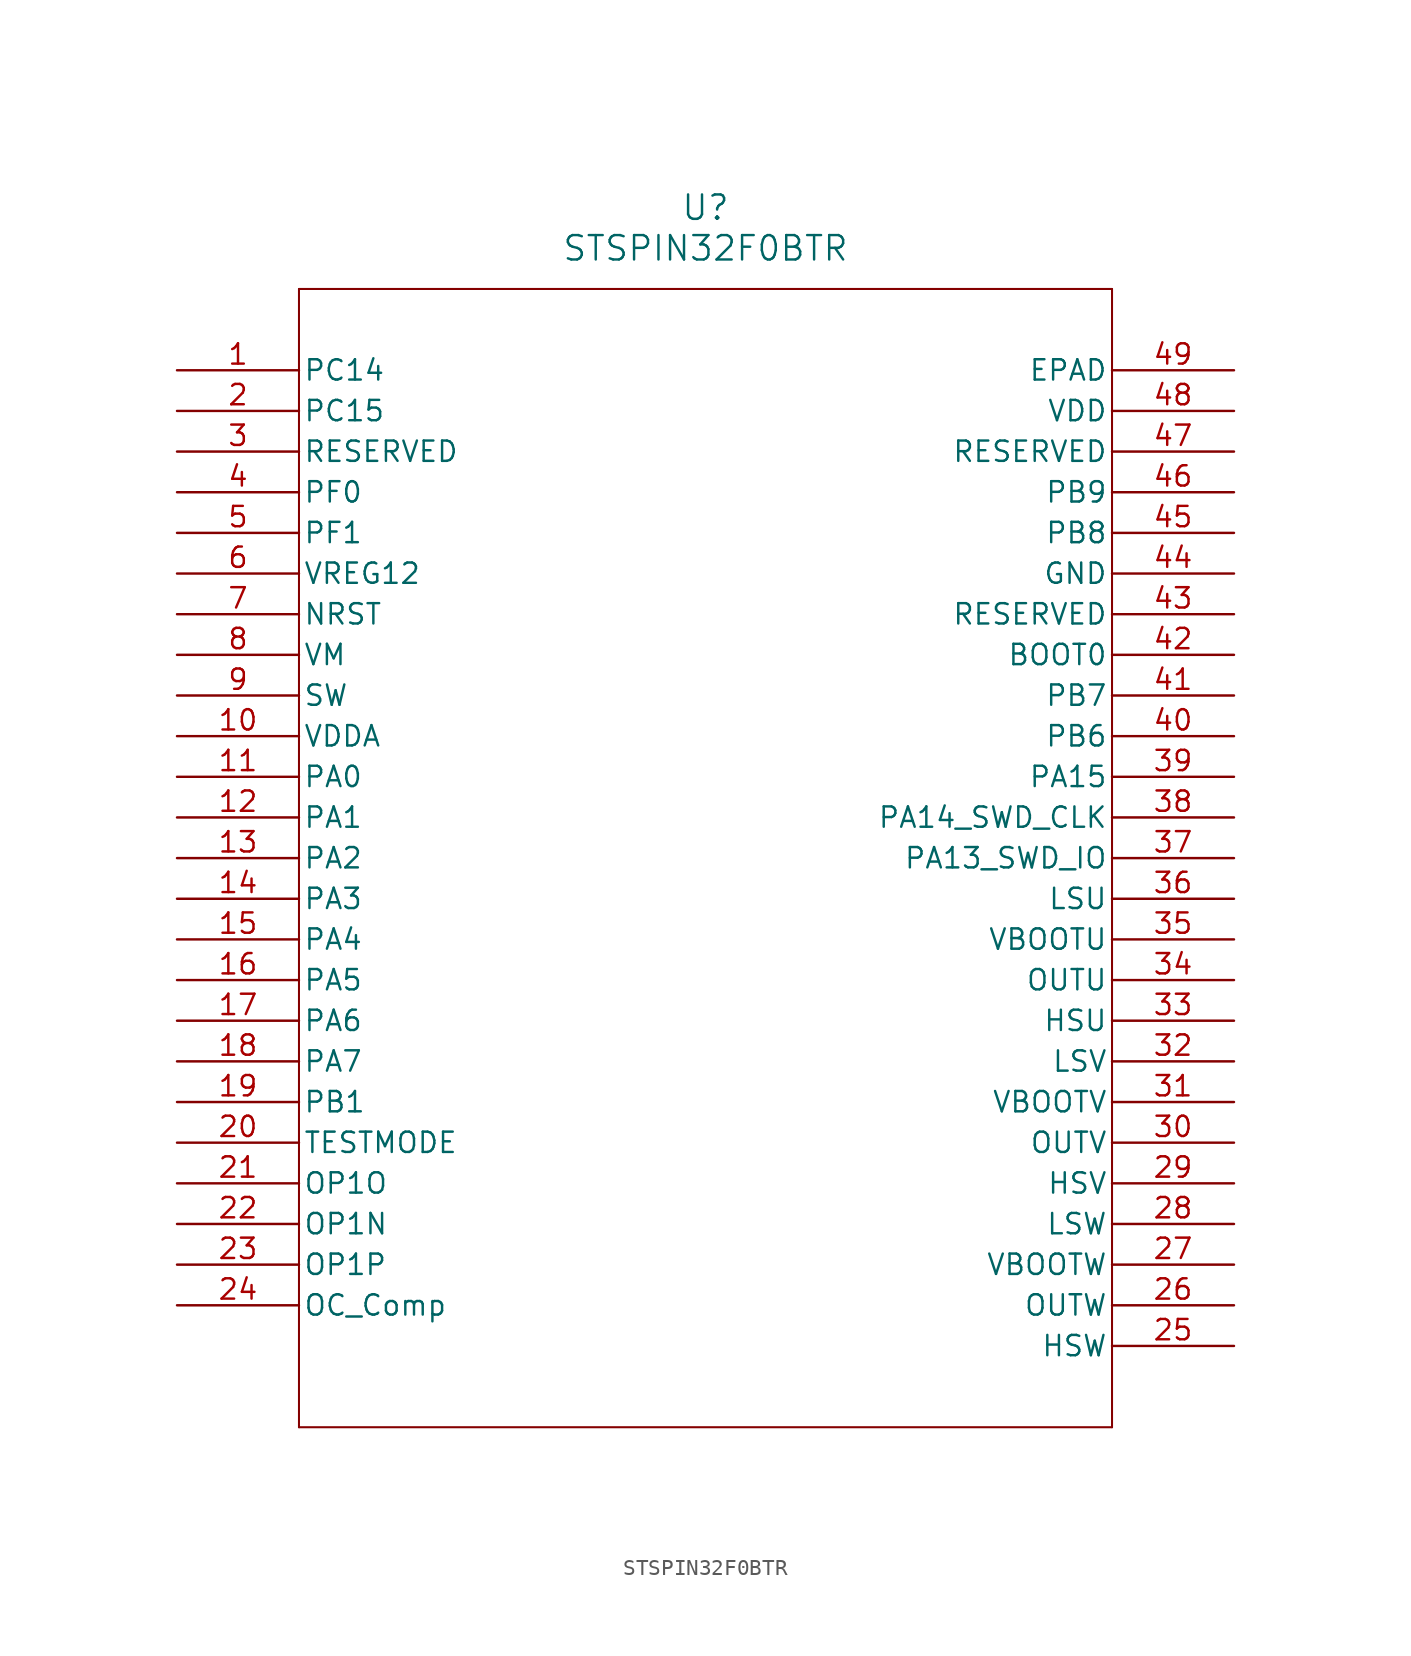
<source format=kicad_sym>
(kicad_symbol_lib
  (version 20241209)
  (generator "kicad_symbol_editor")
  (generator_version "9.0")
  (symbol "STSPIN32F0BTR"
    (pin_names
      (offset 0.254))
    (property "Reference" "U"
      (at 33.02 10.16 0)
      (effects (font (size 1.524 1.524))))
    (property "Value" "STSPIN32F0BTR"
      (at 33.02 7.62 0)
      (effects (font (size 1.524 1.524))))
    (symbol "STSPIN32F0BTR_0_1"
      (polyline (pts (xy 7.62 5.08) (xy 7.62 -66.04)) (stroke (width 0.127) (type default)) (fill (type none)))
      (polyline (pts (xy 7.62 -66.04) (xy 58.42 -66.04)) (stroke (width 0.127) (type default)) (fill (type none)))
      (polyline (pts (xy 58.42 5.08) (xy 7.62 5.08)) (stroke (width 0.127) (type default)) (fill (type none)))
      (polyline (pts (xy 58.42 -66.04) (xy 58.42 5.08)) (stroke (width 0.127) (type default)) (fill (type none)))
      (pin bidirectional line (at 0 0 0) (length 7.62) (name "PC14" (effects (font (size 1.27 1.27)))) (number "1" (effects (font (size 1.27 1.27)))))
      (pin bidirectional line (at 0 -2.54 0) (length 7.62) (name "PC15" (effects (font (size 1.27 1.27)))) (number "2" (effects (font (size 1.27 1.27)))))
      (pin unspecified line (at 0 -5.08 0) (length 7.62) (name "RESERVED" (effects (font (size 1.27 1.27)))) (number "3" (effects (font (size 1.27 1.27)))))
      (pin bidirectional line (at 0 -7.62 0) (length 7.62) (name "PF0" (effects (font (size 1.27 1.27)))) (number "4" (effects (font (size 1.27 1.27)))))
      (pin bidirectional line (at 0 -10.16 0) (length 7.62) (name "PF1" (effects (font (size 1.27 1.27)))) (number "5" (effects (font (size 1.27 1.27)))))
      (pin unspecified line (at 0 -12.7 0) (length 7.62) (name "VREG12" (effects (font (size 1.27 1.27)))) (number "6" (effects (font (size 1.27 1.27)))))
      (pin unspecified line (at 0 -15.24 0) (length 7.62) (name "NRST" (effects (font (size 1.27 1.27)))) (number "7" (effects (font (size 1.27 1.27)))))
      (pin unspecified line (at 0 -17.78 0) (length 7.62) (name "VM" (effects (font (size 1.27 1.27)))) (number "8" (effects (font (size 1.27 1.27)))))
      (pin unspecified line (at 0 -20.32 0) (length 7.62) (name "SW" (effects (font (size 1.27 1.27)))) (number "9" (effects (font (size 1.27 1.27)))))
      (pin power_in line (at 0 -22.86 0) (length 7.62) (name "VDDA" (effects (font (size 1.27 1.27)))) (number "10" (effects (font (size 1.27 1.27)))))
      (pin bidirectional line (at 0 -25.4 0) (length 7.62) (name "PA0" (effects (font (size 1.27 1.27)))) (number "11" (effects (font (size 1.27 1.27)))))
      (pin bidirectional line (at 0 -27.94 0) (length 7.62) (name "PA1" (effects (font (size 1.27 1.27)))) (number "12" (effects (font (size 1.27 1.27)))))
      (pin bidirectional line (at 0 -30.48 0) (length 7.62) (name "PA2" (effects (font (size 1.27 1.27)))) (number "13" (effects (font (size 1.27 1.27)))))
      (pin bidirectional line (at 0 -33.02 0) (length 7.62) (name "PA3" (effects (font (size 1.27 1.27)))) (number "14" (effects (font (size 1.27 1.27)))))
      (pin bidirectional line (at 0 -35.56 0) (length 7.62) (name "PA4" (effects (font (size 1.27 1.27)))) (number "15" (effects (font (size 1.27 1.27)))))
      (pin bidirectional line (at 0 -38.1 0) (length 7.62) (name "PA5" (effects (font (size 1.27 1.27)))) (number "16" (effects (font (size 1.27 1.27)))))
      (pin bidirectional line (at 0 -40.64 0) (length 7.62) (name "PA6" (effects (font (size 1.27 1.27)))) (number "17" (effects (font (size 1.27 1.27)))))
      (pin bidirectional line (at 0 -43.18 0) (length 7.62) (name "PA7" (effects (font (size 1.27 1.27)))) (number "18" (effects (font (size 1.27 1.27)))))
      (pin bidirectional line (at 0 -45.72 0) (length 7.62) (name "PB1" (effects (font (size 1.27 1.27)))) (number "19" (effects (font (size 1.27 1.27)))))
      (pin unspecified line (at 0 -48.26 0) (length 7.62) (name "TESTMODE" (effects (font (size 1.27 1.27)))) (number "20" (effects (font (size 1.27 1.27)))))
      (pin bidirectional line (at 0 -50.8 0) (length 7.62) (name "OP1O" (effects (font (size 1.27 1.27)))) (number "21" (effects (font (size 1.27 1.27)))))
      (pin bidirectional line (at 0 -53.34 0) (length 7.62) (name "OP1N" (effects (font (size 1.27 1.27)))) (number "22" (effects (font (size 1.27 1.27)))))
      (pin bidirectional line (at 0 -55.88 0) (length 7.62) (name "OP1P" (effects (font (size 1.27 1.27)))) (number "23" (effects (font (size 1.27 1.27)))))
      (pin unspecified line (at 0 -58.42 0) (length 7.62) (name "OC_Comp" (effects (font (size 1.27 1.27)))) (number "24" (effects (font (size 1.27 1.27)))))
      (pin unspecified line (at 66.04 0 180) (length 7.62) (name "EPAD" (effects (font (size 1.27 1.27)))) (number "49" (effects (font (size 1.27 1.27)))))
      (pin power_in line (at 66.04 -2.54 180) (length 7.62) (name "VDD" (effects (font (size 1.27 1.27)))) (number "48" (effects (font (size 1.27 1.27)))))
      (pin unspecified line (at 66.04 -5.08 180) (length 7.62) (name "RESERVED" (effects (font (size 1.27 1.27)))) (number "47" (effects (font (size 1.27 1.27)))))
      (pin bidirectional line (at 66.04 -7.62 180) (length 7.62) (name "PB9" (effects (font (size 1.27 1.27)))) (number "46" (effects (font (size 1.27 1.27)))))
      (pin bidirectional line (at 66.04 -10.16 180) (length 7.62) (name "PB8" (effects (font (size 1.27 1.27)))) (number "45" (effects (font (size 1.27 1.27)))))
      (pin power_out line (at 66.04 -12.7 180) (length 7.62) (name "GND" (effects (font (size 1.27 1.27)))) (number "44" (effects (font (size 1.27 1.27)))))
      (pin unspecified line (at 66.04 -15.24 180) (length 7.62) (name "RESERVED" (effects (font (size 1.27 1.27)))) (number "43" (effects (font (size 1.27 1.27)))))
      (pin unspecified line (at 66.04 -17.78 180) (length 7.62) (name "BOOT0" (effects (font (size 1.27 1.27)))) (number "42" (effects (font (size 1.27 1.27)))))
      (pin bidirectional line (at 66.04 -20.32 180) (length 7.62) (name "PB7" (effects (font (size 1.27 1.27)))) (number "41" (effects (font (size 1.27 1.27)))))
      (pin bidirectional line (at 66.04 -22.86 180) (length 7.62) (name "PB6" (effects (font (size 1.27 1.27)))) (number "40" (effects (font (size 1.27 1.27)))))
      (pin bidirectional line (at 66.04 -25.4 180) (length 7.62) (name "PA15" (effects (font (size 1.27 1.27)))) (number "39" (effects (font (size 1.27 1.27)))))
      (pin bidirectional line (at 66.04 -27.94 180) (length 7.62) (name "PA14_SWD_CLK" (effects (font (size 1.27 1.27)))) (number "38" (effects (font (size 1.27 1.27)))))
      (pin bidirectional line (at 66.04 -30.48 180) (length 7.62) (name "PA13_SWD_IO" (effects (font (size 1.27 1.27)))) (number "37" (effects (font (size 1.27 1.27)))))
      (pin unspecified line (at 66.04 -33.02 180) (length 7.62) (name "LSU" (effects (font (size 1.27 1.27)))) (number "36" (effects (font (size 1.27 1.27)))))
      (pin unspecified line (at 66.04 -35.56 180) (length 7.62) (name "VBOOTU" (effects (font (size 1.27 1.27)))) (number "35" (effects (font (size 1.27 1.27)))))
      (pin output line (at 66.04 -38.1 180) (length 7.62) (name "OUTU" (effects (font (size 1.27 1.27)))) (number "34" (effects (font (size 1.27 1.27)))))
      (pin unspecified line (at 66.04 -40.64 180) (length 7.62) (name "HSU" (effects (font (size 1.27 1.27)))) (number "33" (effects (font (size 1.27 1.27)))))
      (pin unspecified line (at 66.04 -43.18 180) (length 7.62) (name "LSV" (effects (font (size 1.27 1.27)))) (number "32" (effects (font (size 1.27 1.27)))))
      (pin unspecified line (at 66.04 -45.72 180) (length 7.62) (name "VBOOTV" (effects (font (size 1.27 1.27)))) (number "31" (effects (font (size 1.27 1.27)))))
      (pin output line (at 66.04 -48.26 180) (length 7.62) (name "OUTV" (effects (font (size 1.27 1.27)))) (number "30" (effects (font (size 1.27 1.27)))))
      (pin unspecified line (at 66.04 -50.8 180) (length 7.62) (name "HSV" (effects (font (size 1.27 1.27)))) (number "29" (effects (font (size 1.27 1.27)))))
      (pin unspecified line (at 66.04 -53.34 180) (length 7.62) (name "LSW" (effects (font (size 1.27 1.27)))) (number "28" (effects (font (size 1.27 1.27)))))
      (pin unspecified line (at 66.04 -55.88 180) (length 7.62) (name "VBOOTW" (effects (font (size 1.27 1.27)))) (number "27" (effects (font (size 1.27 1.27)))))
      (pin output line (at 66.04 -58.42 180) (length 7.62) (name "OUTW" (effects (font (size 1.27 1.27)))) (number "26" (effects (font (size 1.27 1.27)))))
      (pin unspecified line (at 66.04 -60.96 180) (length 7.62) (name "HSW" (effects (font (size 1.27 1.27)))) (number "25" (effects (font (size 1.27 1.27))))))))
</source>
